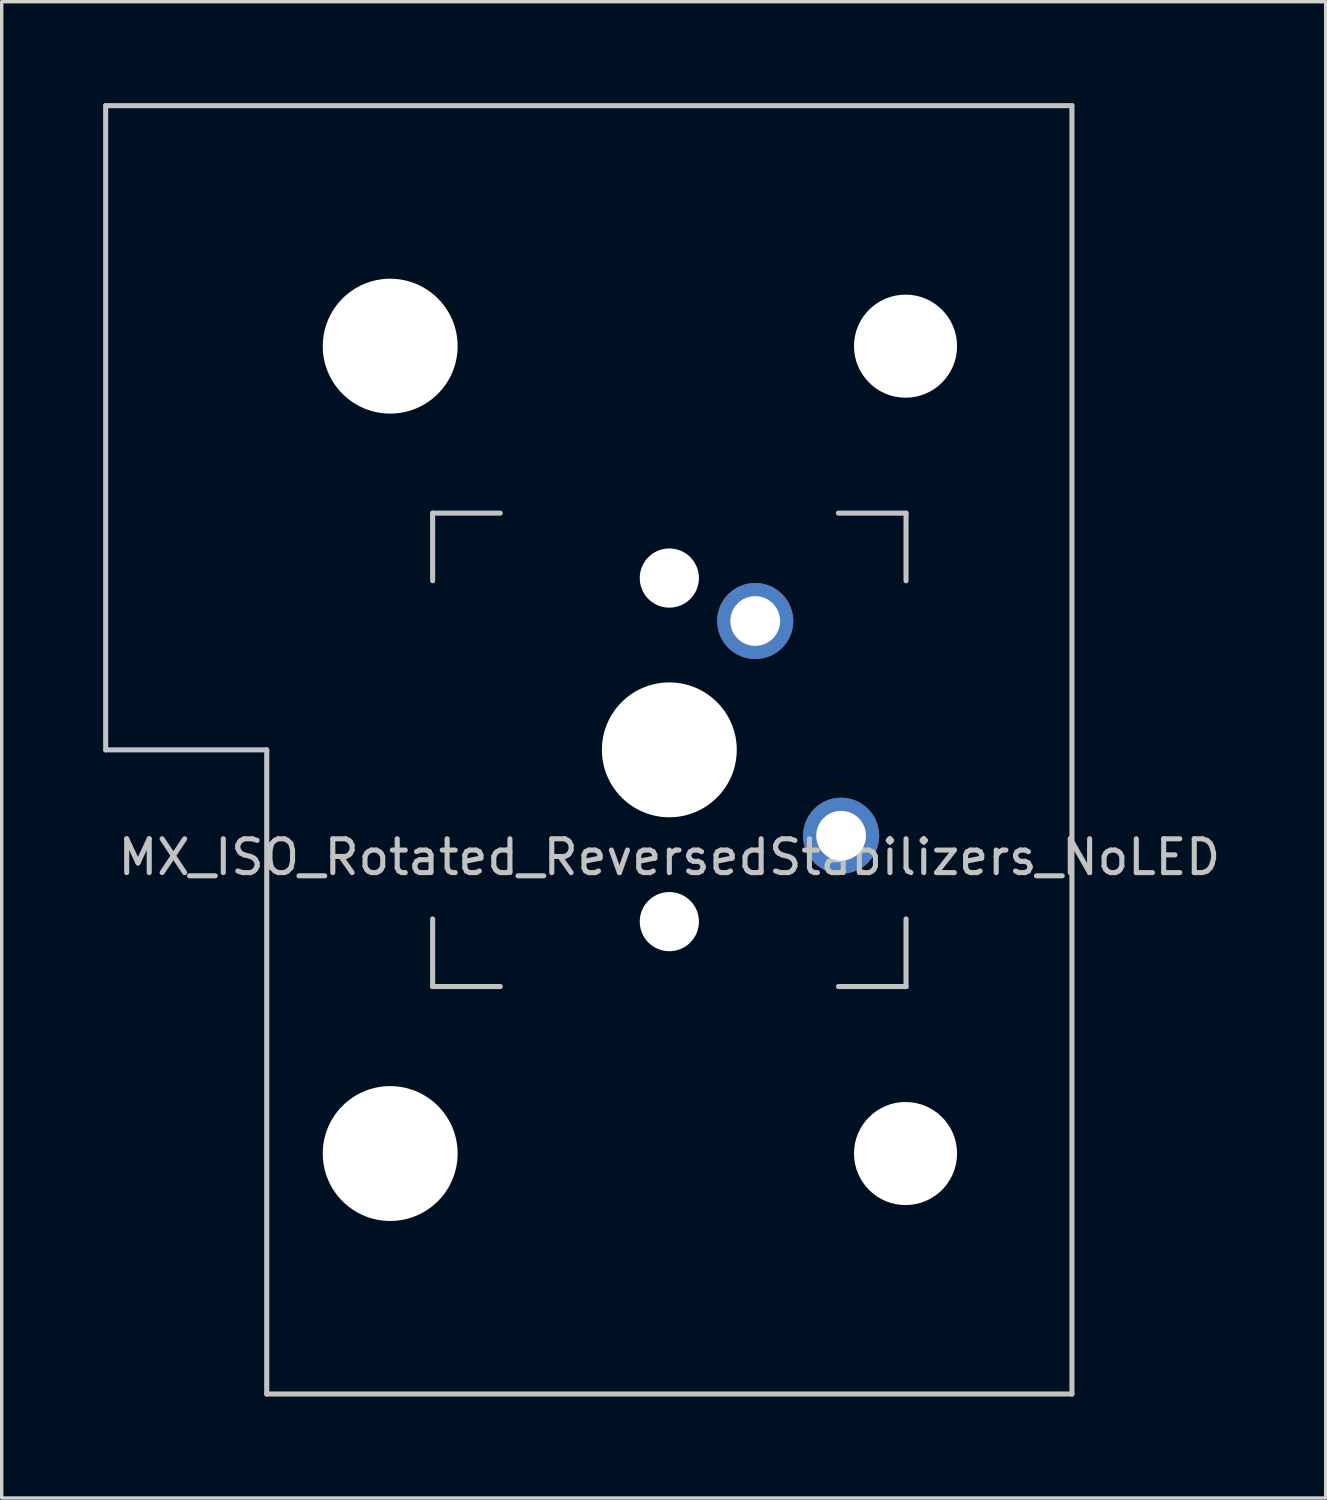
<source format=kicad_pcb>
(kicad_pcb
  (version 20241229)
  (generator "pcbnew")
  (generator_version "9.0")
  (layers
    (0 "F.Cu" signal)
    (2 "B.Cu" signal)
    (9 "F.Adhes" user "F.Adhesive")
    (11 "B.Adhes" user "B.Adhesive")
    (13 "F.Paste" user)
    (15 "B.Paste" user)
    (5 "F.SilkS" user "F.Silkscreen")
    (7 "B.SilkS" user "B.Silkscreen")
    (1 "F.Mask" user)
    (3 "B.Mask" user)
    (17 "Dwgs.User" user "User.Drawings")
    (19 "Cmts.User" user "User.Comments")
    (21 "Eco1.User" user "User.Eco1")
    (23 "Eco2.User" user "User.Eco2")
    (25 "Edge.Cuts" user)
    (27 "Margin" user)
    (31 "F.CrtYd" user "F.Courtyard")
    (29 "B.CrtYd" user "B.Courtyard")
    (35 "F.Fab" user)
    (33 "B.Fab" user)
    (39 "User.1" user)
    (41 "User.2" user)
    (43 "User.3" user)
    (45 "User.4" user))
  (footprint "MX_ISO_Rotated_ReversedStabilizers_NoLED"
    (layer "F.Cu")
    (at 16.744 19.125)
    (property "Reference" "MX_ISO_Rotated_ReversedStabilizers_NoLED" (at 0 3.175 0) (layer "Dwgs.User") (effects (font (size 1 1) (thickness 0.15))))
    (attr through_hole)
    (fp_line (start -16.669 -19.05) (end -16.669 0) (stroke (width 0.15) (type solid)) (layer "Dwgs.User"))
    (fp_line (start -16.669 -19.05) (end 11.906 -19.05) (stroke (width 0.15) (type solid)) (layer "Dwgs.User"))
    (fp_line (start -11.906 0) (end -16.669 0) (stroke (width 0.15) (type solid)) (layer "Dwgs.User"))
    (fp_line (start -11.906 19.05) (end -11.906 0) (stroke (width 0.15) (type solid)) (layer "Dwgs.User"))
    (fp_line (start -11.906 19.05) (end 11.906 19.05) (stroke (width 0.15) (type solid)) (layer "Dwgs.User"))
    (fp_line (start -7 -7) (end -7 -5) (stroke (width 0.15) (type solid)) (layer "Dwgs.User"))
    (fp_line (start -7 5) (end -7 7) (stroke (width 0.15) (type solid)) (layer "Dwgs.User"))
    (fp_line (start -7 7) (end -5 7) (stroke (width 0.15) (type solid)) (layer "Dwgs.User"))
    (fp_line (start -5 -7) (end -7 -7) (stroke (width 0.15) (type solid)) (layer "Dwgs.User"))
    (fp_line (start 5 -7) (end 7 -7) (stroke (width 0.15) (type solid)) (layer "Dwgs.User"))
    (fp_line (start 5 7) (end 7 7) (stroke (width 0.15) (type solid)) (layer "Dwgs.User"))
    (fp_line (start 7 -7) (end 7 -5) (stroke (width 0.15) (type solid)) (layer "Dwgs.User"))
    (fp_line (start 7 7) (end 7 5) (stroke (width 0.15) (type solid)) (layer "Dwgs.User"))
    (fp_line (start 11.906 -19.05) (end 11.906 19.05) (stroke (width 0.15) (type solid)) (layer "Dwgs.User"))
    (pad "" np_thru_hole circle (at -8.255 -11.938) (size 3.988 3.988) (drill 3.988) (layers "*.Cu" "*.Mask"))
    (pad "" np_thru_hole circle (at -8.255 11.938) (size 3.988 3.988) (drill 3.988) (layers "*.Cu" "*.Mask"))
    (pad "" np_thru_hole circle (at 0 -5.08 48.1) (size 1.75 1.75) (drill 1.75) (layers "*.Cu" "*.Mask"))
    (pad "" np_thru_hole circle (at 0 0) (size 3.988 3.988) (drill 3.988) (layers "*.Cu" "*.Mask"))
    (pad "" np_thru_hole circle (at 0 5.08 48.1) (size 1.75 1.75) (drill 1.75) (layers "*.Cu" "*.Mask"))
    (pad "" np_thru_hole circle (at 6.985 -11.938) (size 3.048 3.048) (drill 3.048) (layers "*.Cu" "*.Mask"))
    (pad "" np_thru_hole circle (at 6.985 11.938) (size 3.048 3.048) (drill 3.048) (layers "*.Cu" "*.Mask"))
    (pad "1" thru_hole circle (at 2.54 -3.81) (size 2.25 2.25) (drill 1.47) (layers "*.Cu" "B.Mask"))
    (pad "2" thru_hole circle (at 5.08 2.54) (size 2.25 2.25) (drill 1.47) (layers "*.Cu" "B.Mask")))
  (gr_rect
    (start -3 -3)
    (end 36.154 41.25)
    (stroke (width 0.1) (type default))
    (fill no)
    (layer "Edge.Cuts")))
</source>
